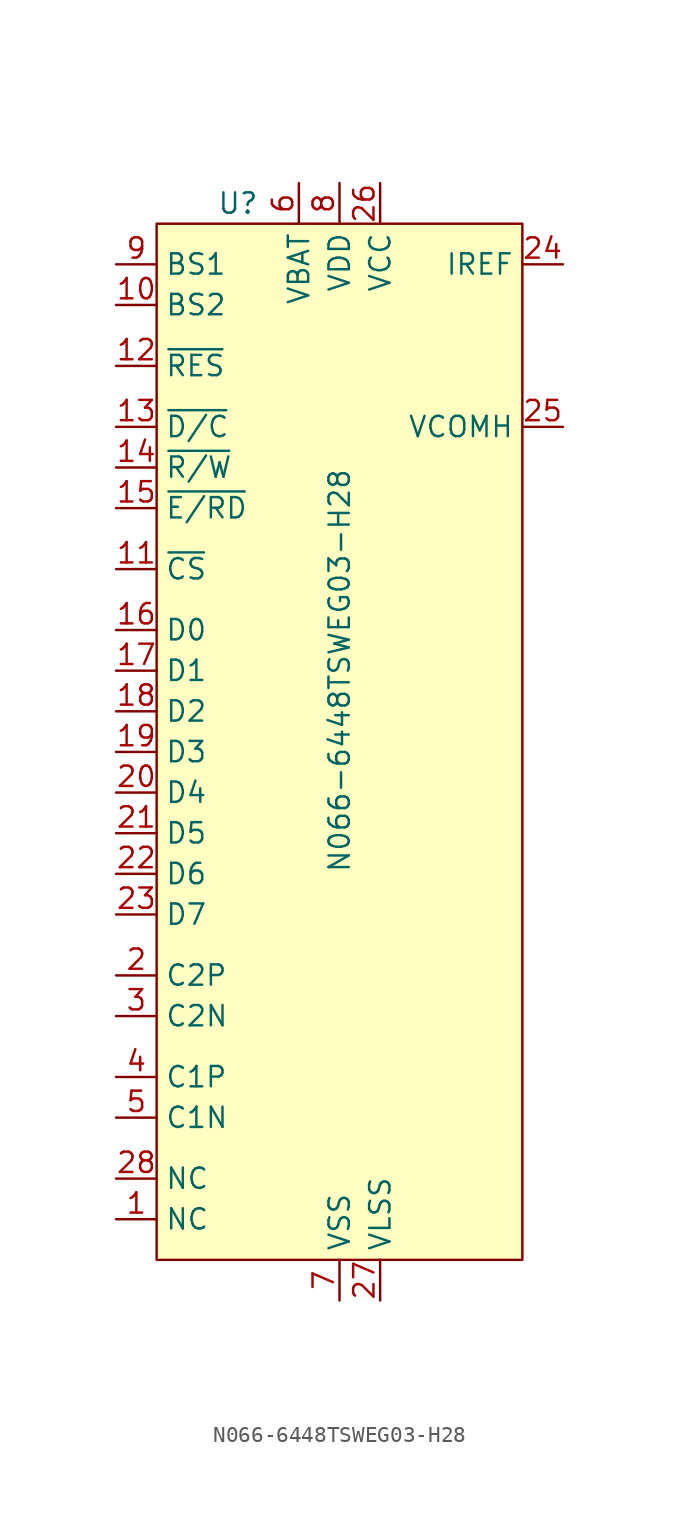
<source format=kicad_sym>
(kicad_symbol_lib
  (version 20211014)
  (generator kicad_symbol_editor)
  (symbol "N066-6448TSWEG03-H28"
    (property "Reference" "U"
      (at -6.35 29.21 0)
      (effects (font (size 1.27 1.27))))
    (property "Value" "N066-6448TSWEG03-H28"
      (at 0 0 90)
      (effects (font (size 1.27 1.27))))
    (symbol "N066-6448TSWEG03-H28_0_0"
      (pin passive line (at -13.97 -34.29 0) (length 2.54) (name "NC" (effects (font (size 1.27 1.27)))) (number "1" (effects (font (size 1.27 1.27)))))
      (pin input line (at -13.97 22.86 0) (length 2.54) (name "BS2" (effects (font (size 1.27 1.27)))) (number "10" (effects (font (size 1.27 1.27)))))
      (pin input line (at -13.97 6.35 0) (length 2.54) (name "~{CS}" (effects (font (size 1.27 1.27)))) (number "11" (effects (font (size 1.27 1.27)))))
      (pin input line (at -13.97 19.05 0) (length 2.54) (name "~{RES}" (effects (font (size 1.27 1.27)))) (number "12" (effects (font (size 1.27 1.27)))))
      (pin input line (at -13.97 15.24 0) (length 2.54) (name "~{D/C}" (effects (font (size 1.27 1.27)))) (number "13" (effects (font (size 1.27 1.27)))))
      (pin input line (at -13.97 12.7 0) (length 2.54) (name "~{R/W}" (effects (font (size 1.27 1.27)))) (number "14" (effects (font (size 1.27 1.27)))))
      (pin input line (at -13.97 10.16 0) (length 2.54) (name "~{E/RD}" (effects (font (size 1.27 1.27)))) (number "15" (effects (font (size 1.27 1.27)))))
      (pin bidirectional line (at -13.97 2.54 0) (length 2.54) (name "D0" (effects (font (size 1.27 1.27)))) (number "16" (effects (font (size 1.27 1.27)))))
      (pin bidirectional line (at -13.97 0 0) (length 2.54) (name "D1" (effects (font (size 1.27 1.27)))) (number "17" (effects (font (size 1.27 1.27)))))
      (pin bidirectional line (at -13.97 -2.54 0) (length 2.54) (name "D2" (effects (font (size 1.27 1.27)))) (number "18" (effects (font (size 1.27 1.27)))))
      (pin bidirectional line (at -13.97 -5.08 0) (length 2.54) (name "D3" (effects (font (size 1.27 1.27)))) (number "19" (effects (font (size 1.27 1.27)))))
      (pin passive line (at -13.97 -19.05 0) (length 2.54) (name "C2P" (effects (font (size 1.27 1.27)))) (number "2" (effects (font (size 1.27 1.27)))))
      (pin bidirectional line (at -13.97 -7.62 0) (length 2.54) (name "D4" (effects (font (size 1.27 1.27)))) (number "20" (effects (font (size 1.27 1.27)))))
      (pin bidirectional line (at -13.97 -10.16 0) (length 2.54) (name "D5" (effects (font (size 1.27 1.27)))) (number "21" (effects (font (size 1.27 1.27)))))
      (pin bidirectional line (at -13.97 -12.7 0) (length 2.54) (name "D6" (effects (font (size 1.27 1.27)))) (number "22" (effects (font (size 1.27 1.27)))))
      (pin bidirectional line (at -13.97 -15.24 0) (length 2.54) (name "D7" (effects (font (size 1.27 1.27)))) (number "23" (effects (font (size 1.27 1.27)))))
      (pin input line (at 13.97 25.4 180) (length 2.54) (name "IREF" (effects (font (size 1.27 1.27)))) (number "24" (effects (font (size 1.27 1.27)))))
      (pin output line (at 13.97 15.24 180) (length 2.54) (name "VCOMH" (effects (font (size 1.27 1.27)))) (number "25" (effects (font (size 1.27 1.27)))))
      (pin bidirectional line (at 2.54 30.48 270) (length 2.54) (name "VCC" (effects (font (size 1.27 1.27)))) (number "26" (effects (font (size 1.27 1.27)))))
      (pin power_in line (at 2.54 -39.37 90) (length 2.54) (name "VLSS" (effects (font (size 1.27 1.27)))) (number "27" (effects (font (size 1.27 1.27)))))
      (pin passive line (at -13.97 -31.75 0) (length 2.54) (name "NC" (effects (font (size 1.27 1.27)))) (number "28" (effects (font (size 1.27 1.27)))))
      (pin passive line (at -13.97 -21.59 0) (length 2.54) (name "C2N" (effects (font (size 1.27 1.27)))) (number "3" (effects (font (size 1.27 1.27)))))
      (pin passive line (at -13.97 -25.4 0) (length 2.54) (name "C1P" (effects (font (size 1.27 1.27)))) (number "4" (effects (font (size 1.27 1.27)))))
      (pin passive line (at -13.97 -27.94 0) (length 2.54) (name "C1N" (effects (font (size 1.27 1.27)))) (number "5" (effects (font (size 1.27 1.27)))))
      (pin power_in line (at -2.54 30.48 270) (length 2.54) (name "VBAT" (effects (font (size 1.27 1.27)))) (number "6" (effects (font (size 1.27 1.27)))))
      (pin power_in line (at 0 -39.37 90) (length 2.54) (name "VSS" (effects (font (size 1.27 1.27)))) (number "7" (effects (font (size 1.27 1.27)))))
      (pin power_in line (at 0 30.48 270) (length 2.54) (name "VDD" (effects (font (size 1.27 1.27)))) (number "8" (effects (font (size 1.27 1.27)))))
      (pin input line (at -13.97 25.4 0) (length 2.54) (name "BS1" (effects (font (size 1.27 1.27)))) (number "9" (effects (font (size 1.27 1.27))))))
    (symbol "N066-6448TSWEG03-H28_0_1"
      (rectangle (start -11.43 27.94) (end 11.43 -36.83) (stroke (width 0) (type default) (color 0 0 0 0)) (fill (type background))))))
</source>
